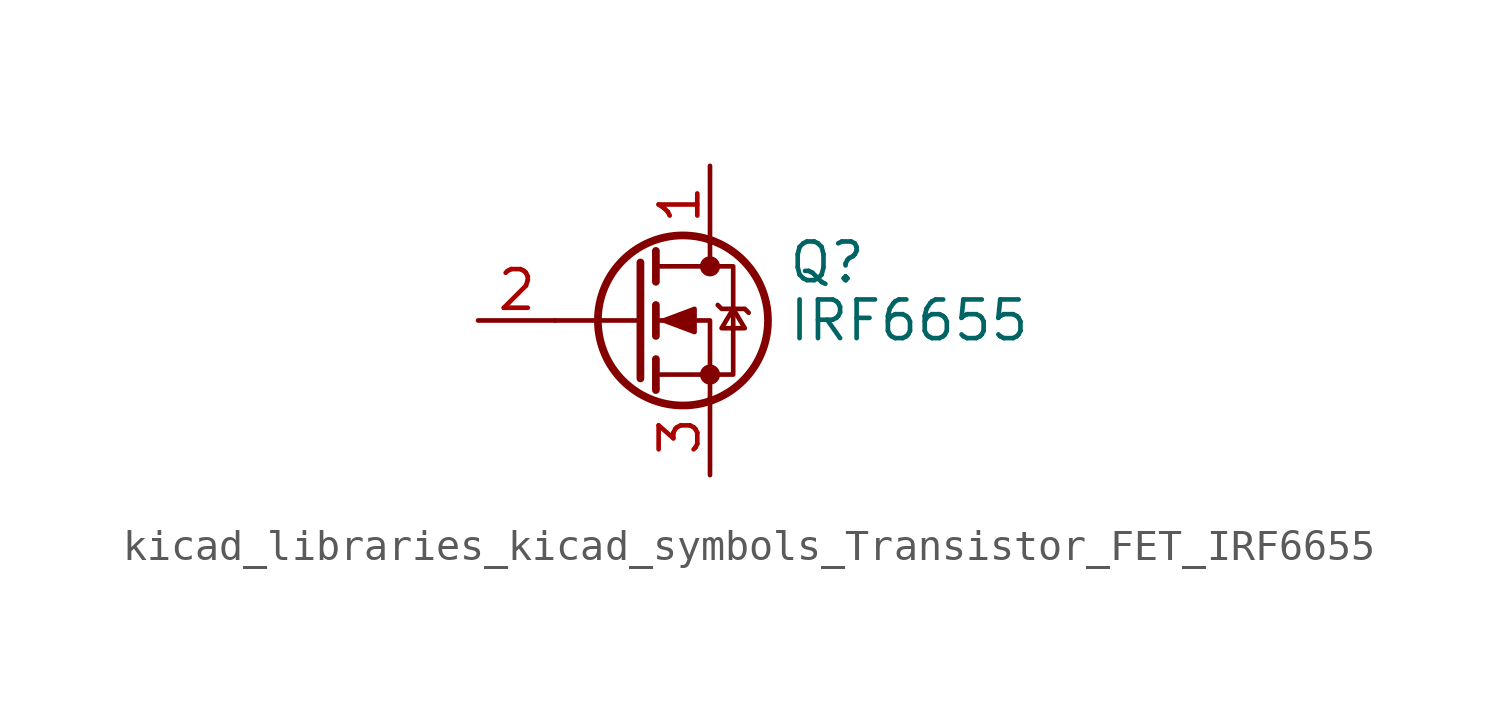
<source format=kicad_sym>
(kicad_symbol_lib
  (version 20220914)
  (generator kicad_symbol_editor)
  (symbol "kicad_libraries_kicad_symbols_Transistor_FET_IRF6655"
    (pin_names hide)
    (property "Reference" "Q"
      (at 5.08 1.905 0)
      (effects (font (size 1.27 1.27)) (justify left)))
    (property "Value" "IRF6655"
      (at 5.08 0 0)
      (effects (font (size 1.27 1.27)) (justify left)))
    (symbol "kicad_libraries_kicad_symbols_Transistor_FET_IRF6655_0_1"
      (polyline (pts (xy 0.254 0) (xy -2.54 0)) (stroke (width 0) (type default)) (fill (type none)))
      (polyline (pts (xy 0.254 1.905) (xy 0.254 -1.905)) (stroke (width 0.254) (type default)) (fill (type none)))
      (polyline (pts (xy 0.762 -1.27) (xy 0.762 -2.286)) (stroke (width 0.254) (type default)) (fill (type none)))
      (polyline (pts (xy 0.762 0.508) (xy 0.762 -0.508)) (stroke (width 0.254) (type default)) (fill (type none)))
      (polyline (pts (xy 0.762 2.286) (xy 0.762 1.27)) (stroke (width 0.254) (type default)) (fill (type none)))
      (polyline (pts (xy 2.54 2.54) (xy 2.54 1.778)) (stroke (width 0) (type default)) (fill (type none)))
      (polyline (pts (xy 2.54 -2.54) (xy 2.54 0) (xy 0.762 0)) (stroke (width 0) (type default)) (fill (type none)))
      (polyline (pts (xy 0.762 -1.778) (xy 3.302 -1.778) (xy 3.302 1.778) (xy 0.762 1.778)) (stroke (width 0) (type default)) (fill (type none)))
      (polyline (pts (xy 1.016 0) (xy 2.032 0.381) (xy 2.032 -0.381) (xy 1.016 0)) (stroke (width 0) (type default)) (fill (type outline)))
      (polyline (pts (xy 2.794 0.508) (xy 2.921 0.381) (xy 3.683 0.381) (xy 3.81 0.254)) (stroke (width 0) (type default)) (fill (type none)))
      (polyline (pts (xy 3.302 0.381) (xy 2.921 -0.254) (xy 3.683 -0.254) (xy 3.302 0.381)) (stroke (width 0) (type default)) (fill (type none)))
      (circle (center 1.651 0) (radius 2.794) (stroke (width 0.254) (type default)) (fill (type none)))
      (circle (center 2.54 -1.778) (radius 0.254) (stroke (width 0) (type default)) (fill (type outline)))
      (circle (center 2.54 1.778) (radius 0.254) (stroke (width 0) (type default)) (fill (type outline))))
    (symbol "kicad_libraries_kicad_symbols_Transistor_FET_IRF6655_1_1"
      (pin passive line (at 2.54 5.08 270) (length 2.54) (name "D" (effects (font (size 1.27 1.27)))) (number "1" (effects (font (size 1.27 1.27)))))
      (pin input line (at -5.08 0 0) (length 2.54) (name "G" (effects (font (size 1.27 1.27)))) (number "2" (effects (font (size 1.27 1.27)))))
      (pin passive line (at 2.54 -5.08 90) (length 2.54) (name "S" (effects (font (size 1.27 1.27)))) (number "3" (effects (font (size 1.27 1.27))))))))
</source>
